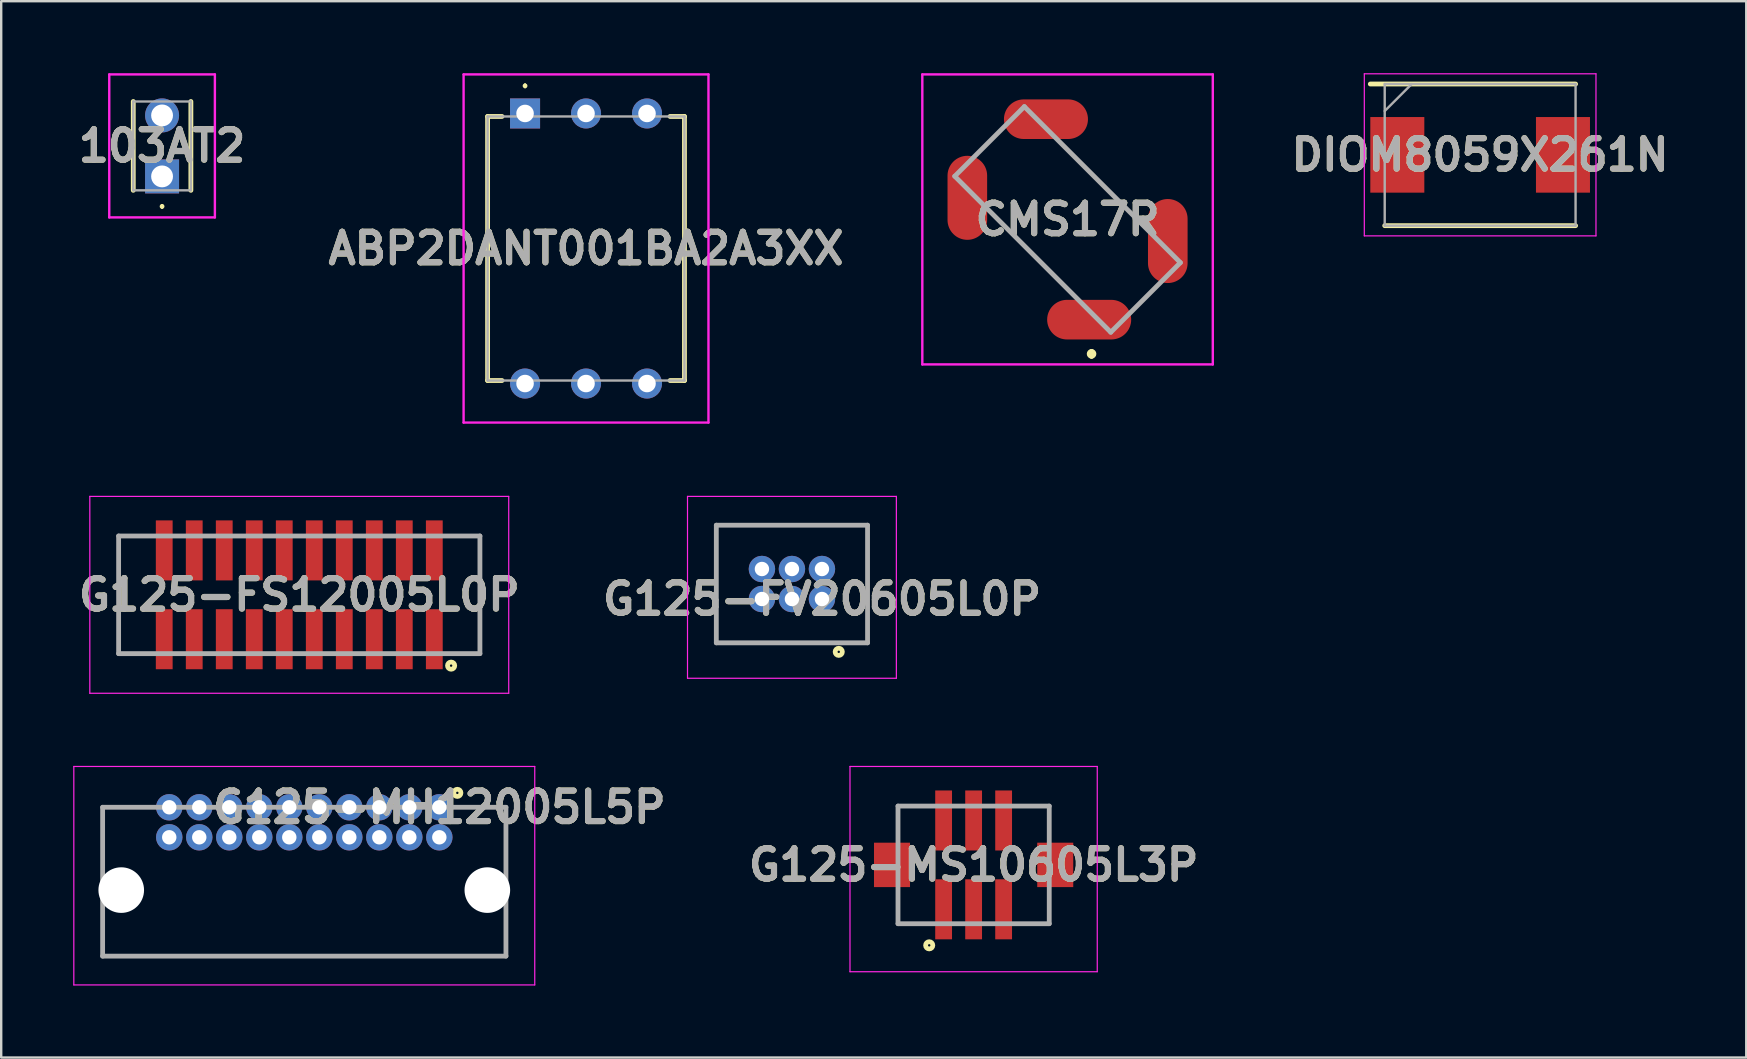
<source format=kicad_pcb>
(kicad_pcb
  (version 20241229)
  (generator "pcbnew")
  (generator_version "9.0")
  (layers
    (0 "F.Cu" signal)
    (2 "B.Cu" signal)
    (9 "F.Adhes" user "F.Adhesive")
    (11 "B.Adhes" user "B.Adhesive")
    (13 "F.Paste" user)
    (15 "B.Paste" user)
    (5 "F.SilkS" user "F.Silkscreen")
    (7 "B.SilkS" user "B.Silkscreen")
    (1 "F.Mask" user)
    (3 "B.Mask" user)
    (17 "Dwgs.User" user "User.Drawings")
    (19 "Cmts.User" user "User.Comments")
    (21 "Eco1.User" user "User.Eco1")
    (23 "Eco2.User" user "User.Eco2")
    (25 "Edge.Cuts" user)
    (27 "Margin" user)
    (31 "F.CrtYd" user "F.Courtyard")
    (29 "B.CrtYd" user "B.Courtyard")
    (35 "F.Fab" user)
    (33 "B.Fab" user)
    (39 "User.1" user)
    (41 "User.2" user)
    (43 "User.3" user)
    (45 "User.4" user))
  (footprint "ABP2DANT001BA2A3XX"
    (layer "F.Cu")
    (at 18.821 1.676)
    (property "Reference" "ABP2DANT001BA2A3XX" (at 2.54 5.625 0) (layer "F.SilkS") (effects (font (size 1.27 1.27) (thickness 0.254))))
    (attr through_hole)
    (fp_line (start -1.56 0.125) (end -1.56 11.125) (stroke (width 0.2) (type solid)) (layer "F.SilkS"))
    (fp_line (start -1.56 11.125) (end -0.96 11.125) (stroke (width 0.2) (type solid)) (layer "F.SilkS"))
    (fp_line (start -0.96 0.125) (end -1.56 0.125) (stroke (width 0.2) (type solid)) (layer "F.SilkS"))
    (fp_line (start 0 -1.2) (end 0 -1.2) (stroke (width 0.1) (type solid)) (layer "F.SilkS"))
    (fp_line (start 0 -1.1) (end 0 -1.1) (stroke (width 0.1) (type solid)) (layer "F.SilkS"))
    (fp_line (start 6.04 0.125) (end 6.64 0.125) (stroke (width 0.2) (type solid)) (layer "F.SilkS"))
    (fp_line (start 6.64 0.125) (end 6.64 11.125) (stroke (width 0.2) (type solid)) (layer "F.SilkS"))
    (fp_line (start 6.64 11.125) (end 6.04 11.125) (stroke (width 0.2) (type solid)) (layer "F.SilkS"))
    (fp_arc (start 0 -1.2) (mid 0.05 -1.15) (end 0 -1.1) (stroke (width 0.1) (type solid)) (layer "F.SilkS"))
    (fp_arc (start 0 -1.1) (mid -0.05 -1.15) (end 0 -1.2) (stroke (width 0.1) (type solid)) (layer "F.SilkS"))
    (fp_line (start -2.56 -1.626) (end 7.64 -1.626) (stroke (width 0.1) (type solid)) (layer "F.CrtYd"))
    (fp_line (start -2.56 12.876) (end -2.56 -1.626) (stroke (width 0.1) (type solid)) (layer "F.CrtYd"))
    (fp_line (start 7.64 -1.626) (end 7.64 12.876) (stroke (width 0.1) (type solid)) (layer "F.CrtYd"))
    (fp_line (start 7.64 12.876) (end -2.56 12.876) (stroke (width 0.1) (type solid)) (layer "F.CrtYd"))
    (fp_line (start -1.56 0.125) (end 6.64 0.125) (stroke (width 0.1) (type solid)) (layer "F.Fab"))
    (fp_line (start -1.56 11.125) (end -1.56 0.125) (stroke (width 0.1) (type solid)) (layer "F.Fab"))
    (fp_line (start 6.64 0.125) (end 6.64 11.125) (stroke (width 0.1) (type solid)) (layer "F.Fab"))
    (fp_line (start 6.64 11.125) (end -1.56 11.125) (stroke (width 0.1) (type solid)) (layer "F.Fab"))
    (fp_text user "${REFERENCE}" (at 2.54 5.625 0) (layer "F.Fab") (effects (font (size 1.27 1.27) (thickness 0.254))))
    (pad "1" thru_hole rect (at 0 0) (size 1.251 1.251) (drill 0.73) (layers "*.Cu" "*.Mask"))
    (pad "2" thru_hole circle (at 2.54 0) (size 1.251 1.251) (drill 0.73) (layers "*.Cu" "*.Mask"))
    (pad "3" thru_hole circle (at 5.08 0) (size 1.251 1.251) (drill 0.73) (layers "*.Cu" "*.Mask"))
    (pad "4" thru_hole circle (at 5.08 11.25) (size 1.251 1.251) (drill 0.73) (layers "*.Cu" "*.Mask"))
    (pad "5" thru_hole circle (at 2.54 11.25) (size 1.251 1.251) (drill 0.73) (layers "*.Cu" "*.Mask"))
    (pad "6" thru_hole circle (at 0 11.25) (size 1.251 1.251) (drill 0.73) (layers "*.Cu" "*.Mask")))
  (footprint "DIOM8059X261N"
    (layer "F.Cu")
    (at 58.605 3.4)
    (property "Reference" "DIOM8059X261N" (at 0 0 0) (layer "F.SilkS") (effects (font (size 1.27 1.27) (thickness 0.254))))
    (attr smd)
    (fp_line (start -3.975 2.95) (end 3.975 2.95) (stroke (width 0.2) (type solid)) (layer "F.SilkS"))
    (fp_line (start 3.975 -2.95) (end -4.575 -2.95) (stroke (width 0.2) (type solid)) (layer "F.SilkS"))
    (fp_line (start -4.825 -3.375) (end 4.825 -3.375) (stroke (width 0.05) (type solid)) (layer "F.CrtYd"))
    (fp_line (start -4.825 3.375) (end -4.825 -3.375) (stroke (width 0.05) (type solid)) (layer "F.CrtYd"))
    (fp_line (start 4.825 -3.375) (end 4.825 3.375) (stroke (width 0.05) (type solid)) (layer "F.CrtYd"))
    (fp_line (start 4.825 3.375) (end -4.825 3.375) (stroke (width 0.05) (type solid)) (layer "F.CrtYd"))
    (fp_line (start -3.975 -2.95) (end 3.975 -2.95) (stroke (width 0.1) (type solid)) (layer "F.Fab"))
    (fp_line (start -3.975 -1.825) (end -2.85 -2.95) (stroke (width 0.1) (type solid)) (layer "F.Fab"))
    (fp_line (start -3.975 2.95) (end -3.975 -2.95) (stroke (width 0.1) (type solid)) (layer "F.Fab"))
    (fp_line (start 3.975 -2.95) (end 3.975 2.95) (stroke (width 0.1) (type solid)) (layer "F.Fab"))
    (fp_line (start 3.975 2.95) (end -3.975 2.95) (stroke (width 0.1) (type solid)) (layer "F.Fab"))
    (fp_text user "${REFERENCE}" (at 0 0 0) (layer "F.Fab") (effects (font (size 1.27 1.27) (thickness 0.254))))
    (pad "1" smd rect (at -3.45 0) (size 2.25 3.15) (layers "F.Cu" "F.Mask" "F.Paste"))
    (pad "2" smd rect (at 3.45 0) (size 2.25 3.15) (layers "F.Cu" "F.Mask" "F.Paste")))
  (footprint "G125-MS10605L3P"
    (layer "F.Cu")
    (at 37.506 32.977)
    (property "Reference" "G125-MS10605L3P" (at 0 0 0) (layer "F.SilkS") (effects (font (size 1.27 1.27) (thickness 0.254))))
    (attr smd)
    (fp_line (start -3.15 2.45) (end -3.15 -2.45) (stroke (width 0.1) (type solid)) (layer "F.SilkS"))
    (fp_line (start 3.15 -2.45) (end 3.15 2.45) (stroke (width 0.1) (type solid)) (layer "F.SilkS"))
    (fp_circle (center -1.85 3.35) (end -1.85 3.4) (stroke (width 0.2) (type solid)) (fill no) (layer "F.SilkS"))
    (fp_line (start -5.15 -4.1) (end 5.15 -4.1) (stroke (width 0.05) (type solid)) (layer "F.CrtYd"))
    (fp_line (start -5.15 4.45) (end -5.15 -4.1) (stroke (width 0.05) (type solid)) (layer "F.CrtYd"))
    (fp_line (start 5.15 -4.1) (end 5.15 4.45) (stroke (width 0.05) (type solid)) (layer "F.CrtYd"))
    (fp_line (start 5.15 4.45) (end -5.15 4.45) (stroke (width 0.05) (type solid)) (layer "F.CrtYd"))
    (fp_line (start -3.15 -2.45) (end 3.15 -2.45) (stroke (width 0.2) (type solid)) (layer "F.Fab"))
    (fp_line (start -3.15 2.45) (end -3.15 -2.45) (stroke (width 0.2) (type solid)) (layer "F.Fab"))
    (fp_line (start 3.15 -2.45) (end 3.15 2.45) (stroke (width 0.2) (type solid)) (layer "F.Fab"))
    (fp_line (start 3.15 2.45) (end -3.15 2.45) (stroke (width 0.2) (type solid)) (layer "F.Fab"))
    (fp_text user "${REFERENCE}" (at 0 0 0) (layer "F.Fab") (effects (font (size 1.27 1.27) (thickness 0.254))))
    (pad "1" smd rect (at -1.25 1.85) (size 0.7 2.5) (layers "F.Cu" "F.Mask" "F.Paste"))
    (pad "2" smd rect (at 0 1.85) (size 0.7 2.5) (layers "F.Cu" "F.Mask" "F.Paste"))
    (pad "3" smd rect (at 1.25 1.85) (size 0.7 2.5) (layers "F.Cu" "F.Mask" "F.Paste"))
    (pad "4" smd rect (at -1.25 -1.85) (size 0.7 2.5) (layers "F.Cu" "F.Mask" "F.Paste"))
    (pad "5" smd rect (at 0 -1.85) (size 0.7 2.5) (layers "F.Cu" "F.Mask" "F.Paste"))
    (pad "6" smd rect (at 1.25 -1.85) (size 0.7 2.5) (layers "F.Cu" "F.Mask" "F.Paste"))
    (pad "7" smd rect (at -3.4 0) (size 1.5 1.85) (layers "F.Cu" "F.Mask" "F.Paste"))
    (pad "8" smd rect (at 3.4 0) (size 1.5 1.85) (layers "F.Cu" "F.Mask" "F.Paste")))
  (footprint "CMS17R"
    (layer "F.Cu")
    (at 41.419 6.09)
    (property "Reference" "CMS17R" (at 0 0 0) (layer "F.SilkS") (effects (font (size 1.27 1.27) (thickness 0.254))))
    (attr smd)
    (fp_line (start -2.9 0) (end 0 2.9) (stroke (width 0.1) (type solid)) (layer "F.SilkS"))
    (fp_line (start 0 -2.9) (end 2.9 0) (stroke (width 0.1) (type solid)) (layer "F.SilkS"))
    (fp_line (start 1 5.5) (end 1 5.5) (stroke (width 0.2) (type solid)) (layer "F.SilkS"))
    (fp_line (start 1 5.7) (end 1 5.7) (stroke (width 0.2) (type solid)) (layer "F.SilkS"))
    (fp_arc (start 1 5.5) (mid 1.1 5.6) (end 1 5.7) (stroke (width 0.2) (type solid)) (layer "F.SilkS"))
    (fp_arc (start 1 5.7) (mid 0.9 5.6) (end 1 5.5) (stroke (width 0.2) (type solid)) (layer "F.SilkS"))
    (fp_line (start -6.05 -6.04) (end 6.05 -6.04) (stroke (width 0.1) (type solid)) (layer "F.CrtYd"))
    (fp_line (start -6.05 6.04) (end -6.05 -6.04) (stroke (width 0.1) (type solid)) (layer "F.CrtYd"))
    (fp_line (start 6.05 -6.04) (end 6.05 6.04) (stroke (width 0.1) (type solid)) (layer "F.CrtYd"))
    (fp_line (start 6.05 6.04) (end -6.05 6.04) (stroke (width 0.1) (type solid)) (layer "F.CrtYd"))
    (fp_line (start -4.7 -1.8) (end -1.8 -4.7) (stroke (width 0.2) (type solid)) (layer "F.Fab"))
    (fp_line (start -1.8 -4.7) (end 4.7 1.8) (stroke (width 0.2) (type solid)) (layer "F.Fab"))
    (fp_line (start 1.8 4.7) (end -4.7 -1.8) (stroke (width 0.2) (type solid)) (layer "F.Fab"))
    (fp_line (start 4.7 1.8) (end 1.8 4.7) (stroke (width 0.2) (type solid)) (layer "F.Fab"))
    (fp_text user "${REFERENCE}" (at 0 0 0) (layer "F.Fab") (effects (font (size 1.27 1.27) (thickness 0.254))))
    (pad "1" smd oval (at 0.9 4.175 90) (size 1.65 3.5) (layers "F.Cu" "F.Mask" "F.Paste"))
    (pad "2" smd oval (at 4.175 0.9) (size 1.65 3.5) (layers "F.Cu" "F.Mask" "F.Paste"))
    (pad "3" smd oval (at -0.9 -4.175 90) (size 1.65 3.5) (layers "F.Cu" "F.Mask" "F.Paste"))
    (pad "4" smd oval (at -4.175 -0.9) (size 1.65 3.5) (layers "F.Cu" "F.Mask" "F.Paste")))
  (footprint "G125-FV20605L0P"
    (layer "F.Cu")
    (at 31.188 21.902)
    (property "Reference" "G125-FV20605L0P" (at 0 0 0) (layer "F.SilkS") (effects (font (size 1.27 1.27) (thickness 0.254))))
    (attr through_hole)
    (fp_line (start -4.4 -3.075) (end 1.9 -3.075) (stroke (width 0.1) (type solid)) (layer "F.SilkS"))
    (fp_line (start -4.4 1.825) (end -4.4 -3.075) (stroke (width 0.1) (type solid)) (layer "F.SilkS"))
    (fp_line (start 1.9 -3.075) (end 1.9 1.825) (stroke (width 0.1) (type solid)) (layer "F.SilkS"))
    (fp_line (start 1.9 1.825) (end -4.4 1.825) (stroke (width 0.1) (type solid)) (layer "F.SilkS"))
    (fp_circle (center 0.7 2.2) (end 0.7 2.25) (stroke (width 0.2) (type solid)) (fill no) (layer "F.SilkS"))
    (fp_line (start -5.6 -4.275) (end 3.1 -4.275) (stroke (width 0.05) (type solid)) (layer "F.CrtYd"))
    (fp_line (start -5.6 3.3) (end -5.6 -4.275) (stroke (width 0.05) (type solid)) (layer "F.CrtYd"))
    (fp_line (start 3.1 -4.275) (end 3.1 3.3) (stroke (width 0.05) (type solid)) (layer "F.CrtYd"))
    (fp_line (start 3.1 3.3) (end -5.6 3.3) (stroke (width 0.05) (type solid)) (layer "F.CrtYd"))
    (fp_line (start -4.4 -3.075) (end 1.9 -3.075) (stroke (width 0.2) (type solid)) (layer "F.Fab"))
    (fp_line (start -4.4 1.825) (end -4.4 -3.075) (stroke (width 0.2) (type solid)) (layer "F.Fab"))
    (fp_line (start 1.9 -3.075) (end 1.9 1.825) (stroke (width 0.2) (type solid)) (layer "F.Fab"))
    (fp_line (start 1.9 1.825) (end -4.4 1.825) (stroke (width 0.2) (type solid)) (layer "F.Fab"))
    (fp_text user "${REFERENCE}" (at 0 0 0) (layer "F.Fab") (effects (font (size 1.27 1.27) (thickness 0.254))))
    (pad "1" thru_hole circle (at 0 0) (size 1.1 1.1) (drill 0.6) (layers "*.Cu" "*.Mask"))
    (pad "2" thru_hole circle (at -1.25 0) (size 1.1 1.1) (drill 0.6) (layers "*.Cu" "*.Mask"))
    (pad "3" thru_hole circle (at -2.5 0) (size 1.1 1.1) (drill 0.6) (layers "*.Cu" "*.Mask"))
    (pad "4" thru_hole circle (at 0 -1.25) (size 1.1 1.1) (drill 0.6) (layers "*.Cu" "*.Mask"))
    (pad "5" thru_hole circle (at -1.25 -1.25) (size 1.1 1.1) (drill 0.6) (layers "*.Cu" "*.Mask"))
    (pad "6" thru_hole circle (at -2.5 -1.25) (size 1.1 1.1) (drill 0.6) (layers "*.Cu" "*.Mask")))
  (footprint "G125-MH12005L5P"
    (layer "F.Cu")
    (at 15.25 30.577)
    (property "Reference" "G125-MH12005L5P" (at 0 0 0) (layer "F.SilkS") (effects (font (size 1.27 1.27) (thickness 0.254))))
    (attr through_hole)
    (fp_line (start -14.025 6.2) (end -14.025 0) (stroke (width 0.1) (type solid)) (layer "F.SilkS"))
    (fp_line (start 2.775 0) (end 2.775 6.2) (stroke (width 0.1) (type solid)) (layer "F.SilkS"))
    (fp_line (start 2.775 6.2) (end -14.025 6.2) (stroke (width 0.1) (type solid)) (layer "F.SilkS"))
    (fp_circle (center 0.75 -0.6) (end 0.75 -0.55) (stroke (width 0.2) (type solid)) (fill no) (layer "F.SilkS"))
    (fp_line (start -15.225 -1.7) (end 3.975 -1.7) (stroke (width 0.05) (type solid)) (layer "F.CrtYd"))
    (fp_line (start -15.225 7.4) (end -15.225 -1.7) (stroke (width 0.05) (type solid)) (layer "F.CrtYd"))
    (fp_line (start 3.975 -1.7) (end 3.975 7.4) (stroke (width 0.05) (type solid)) (layer "F.CrtYd"))
    (fp_line (start 3.975 7.4) (end -15.225 7.4) (stroke (width 0.05) (type solid)) (layer "F.CrtYd"))
    (fp_line (start -14.025 0) (end 2.775 0) (stroke (width 0.2) (type solid)) (layer "F.Fab"))
    (fp_line (start -14.025 6.2) (end -14.025 0) (stroke (width 0.2) (type solid)) (layer "F.Fab"))
    (fp_line (start 2.775 0) (end 2.775 6.2) (stroke (width 0.2) (type solid)) (layer "F.Fab"))
    (fp_line (start 2.775 6.2) (end -14.025 6.2) (stroke (width 0.2) (type solid)) (layer "F.Fab"))
    (fp_text user "${REFERENCE}" (at 0 0 0) (layer "F.Fab") (effects (font (size 1.27 1.27) (thickness 0.254))))
    (pad "" np_thru_hole circle (at -13.25 3.45) (size 1.9 1.9) (drill 1.9) (layers "*.Cu" "*.Mask"))
    (pad "" np_thru_hole circle (at 2 3.45) (size 1.9 1.9) (drill 1.9) (layers "*.Cu" "*.Mask"))
    (pad "1" thru_hole circle (at 0 0) (size 1.1 1.1) (drill 0.6) (layers "*.Cu" "*.Mask"))
    (pad "2" thru_hole circle (at -1.25 0) (size 1.1 1.1) (drill 0.6) (layers "*.Cu" "*.Mask"))
    (pad "3" thru_hole circle (at -2.5 0) (size 1.1 1.1) (drill 0.6) (layers "*.Cu" "*.Mask"))
    (pad "4" thru_hole circle (at -3.75 0) (size 1.1 1.1) (drill 0.6) (layers "*.Cu" "*.Mask"))
    (pad "5" thru_hole circle (at -5 0) (size 1.1 1.1) (drill 0.6) (layers "*.Cu" "*.Mask"))
    (pad "6" thru_hole circle (at -6.25 0) (size 1.1 1.1) (drill 0.6) (layers "*.Cu" "*.Mask"))
    (pad "7" thru_hole circle (at -7.5 0) (size 1.1 1.1) (drill 0.6) (layers "*.Cu" "*.Mask"))
    (pad "8" thru_hole circle (at -8.75 0) (size 1.1 1.1) (drill 0.6) (layers "*.Cu" "*.Mask"))
    (pad "9" thru_hole circle (at -10 0) (size 1.1 1.1) (drill 0.6) (layers "*.Cu" "*.Mask"))
    (pad "10" thru_hole circle (at -11.25 0) (size 1.1 1.1) (drill 0.6) (layers "*.Cu" "*.Mask"))
    (pad "11" thru_hole circle (at 0 1.25) (size 1.1 1.1) (drill 0.6) (layers "*.Cu" "*.Mask"))
    (pad "12" thru_hole circle (at -1.25 1.25) (size 1.1 1.1) (drill 0.6) (layers "*.Cu" "*.Mask"))
    (pad "13" thru_hole circle (at -2.5 1.25) (size 1.1 1.1) (drill 0.6) (layers "*.Cu" "*.Mask"))
    (pad "14" thru_hole circle (at -3.75 1.25) (size 1.1 1.1) (drill 0.6) (layers "*.Cu" "*.Mask"))
    (pad "15" thru_hole circle (at -5 1.25) (size 1.1 1.1) (drill 0.6) (layers "*.Cu" "*.Mask"))
    (pad "16" thru_hole circle (at -6.25 1.25) (size 1.1 1.1) (drill 0.6) (layers "*.Cu" "*.Mask"))
    (pad "17" thru_hole circle (at -7.5 1.25) (size 1.1 1.1) (drill 0.6) (layers "*.Cu" "*.Mask"))
    (pad "18" thru_hole circle (at -8.75 1.25) (size 1.1 1.1) (drill 0.6) (layers "*.Cu" "*.Mask"))
    (pad "19" thru_hole circle (at -10 1.25) (size 1.1 1.1) (drill 0.6) (layers "*.Cu" "*.Mask"))
    (pad "20" thru_hole circle (at -11.25 1.25) (size 1.1 1.1) (drill 0.6) (layers "*.Cu" "*.Mask")))
  (footprint "103AT2"
    (layer "F.Cu")
    (at 3.701 4.298)
    (property "Reference" "103AT2" (at 0 -1.27 0) (layer "F.SilkS") (effects (font (size 1.27 1.27) (thickness 0.254))))
    (attr through_hole)
    (fp_line (start -1.2 -3.12) (end -1.2 0.58) (stroke (width 0.2) (type solid)) (layer "F.SilkS"))
    (fp_line (start 0 1.2) (end 0 1.2) (stroke (width 0.1) (type solid)) (layer "F.SilkS"))
    (fp_line (start 0 1.3) (end 0 1.3) (stroke (width 0.1) (type solid)) (layer "F.SilkS"))
    (fp_line (start 1.2 -3.12) (end 1.2 0.58) (stroke (width 0.2) (type solid)) (layer "F.SilkS"))
    (fp_arc (start 0 1.2) (mid 0.05 1.25) (end 0 1.3) (stroke (width 0.1) (type solid)) (layer "F.SilkS"))
    (fp_arc (start 0 1.3) (mid -0.05 1.25) (end 0 1.2) (stroke (width 0.1) (type solid)) (layer "F.SilkS"))
    (fp_line (start -2.2 -4.248) (end 2.2 -4.248) (stroke (width 0.1) (type solid)) (layer "F.CrtYd"))
    (fp_line (start -2.2 1.708) (end -2.2 -4.248) (stroke (width 0.1) (type solid)) (layer "F.CrtYd"))
    (fp_line (start 2.2 -4.248) (end 2.2 1.708) (stroke (width 0.1) (type solid)) (layer "F.CrtYd"))
    (fp_line (start 2.2 1.708) (end -2.2 1.708) (stroke (width 0.1) (type solid)) (layer "F.CrtYd"))
    (fp_line (start -1.2 -3.12) (end 1.2 -3.12) (stroke (width 0.1) (type solid)) (layer "F.Fab"))
    (fp_line (start -1.2 0.58) (end -1.2 -3.12) (stroke (width 0.1) (type solid)) (layer "F.Fab"))
    (fp_line (start 1.2 -3.12) (end 1.2 0.58) (stroke (width 0.1) (type solid)) (layer "F.Fab"))
    (fp_line (start 1.2 0.58) (end -1.2 0.58) (stroke (width 0.1) (type solid)) (layer "F.Fab"))
    (fp_text user "${REFERENCE}" (at 0 -1.27 0) (layer "F.Fab") (effects (font (size 1.27 1.27) (thickness 0.254))))
    (pad "1" thru_hole rect (at 0 0) (size 1.416 1.416) (drill 0.91) (layers "*.Cu" "*.Mask"))
    (pad "2" thru_hole circle (at 0 -2.54) (size 1.416 1.416) (drill 0.91) (layers "*.Cu" "*.Mask")))
  (footprint "G125-FS12005L0P"
    (layer "F.Cu")
    (at 9.416 21.727)
    (property "Reference" "G125-FS12005L0P" (at 0 0 0) (layer "F.SilkS") (effects (font (size 1.27 1.27) (thickness 0.254))))
    (attr smd)
    (fp_line (start -7.525 2.45) (end -7.525 -2.45) (stroke (width 0.1) (type solid)) (layer "F.SilkS"))
    (fp_line (start 7.525 -2.45) (end 7.525 2.45) (stroke (width 0.1) (type solid)) (layer "F.SilkS"))
    (fp_circle (center 6.325 2.95) (end 6.325 3) (stroke (width 0.2) (type solid)) (fill no) (layer "F.SilkS"))
    (fp_line (start -8.725 -4.1) (end 8.725 -4.1) (stroke (width 0.05) (type solid)) (layer "F.CrtYd"))
    (fp_line (start -8.725 4.1) (end -8.725 -4.1) (stroke (width 0.05) (type solid)) (layer "F.CrtYd"))
    (fp_line (start 8.725 -4.1) (end 8.725 4.1) (stroke (width 0.05) (type solid)) (layer "F.CrtYd"))
    (fp_line (start 8.725 4.1) (end -8.725 4.1) (stroke (width 0.05) (type solid)) (layer "F.CrtYd"))
    (fp_line (start -7.525 -2.45) (end 7.525 -2.45) (stroke (width 0.2) (type solid)) (layer "F.Fab"))
    (fp_line (start -7.525 2.45) (end -7.525 -2.45) (stroke (width 0.2) (type solid)) (layer "F.Fab"))
    (fp_line (start 7.525 -2.45) (end 7.525 2.45) (stroke (width 0.2) (type solid)) (layer "F.Fab"))
    (fp_line (start 7.525 2.45) (end -7.525 2.45) (stroke (width 0.2) (type solid)) (layer "F.Fab"))
    (fp_text user "${REFERENCE}" (at 0 0 0) (layer "F.Fab") (effects (font (size 1.27 1.27) (thickness 0.254))))
    (pad "1" smd rect (at 5.625 1.85) (size 0.7 2.5) (layers "F.Cu" "F.Mask" "F.Paste"))
    (pad "2" smd rect (at 4.375 1.85) (size 0.7 2.5) (layers "F.Cu" "F.Mask" "F.Paste"))
    (pad "3" smd rect (at 3.125 1.85) (size 0.7 2.5) (layers "F.Cu" "F.Mask" "F.Paste"))
    (pad "4" smd rect (at 1.875 1.85) (size 0.7 2.5) (layers "F.Cu" "F.Mask" "F.Paste"))
    (pad "5" smd rect (at 0.625 1.85) (size 0.7 2.5) (layers "F.Cu" "F.Mask" "F.Paste"))
    (pad "6" smd rect (at -0.625 1.85) (size 0.7 2.5) (layers "F.Cu" "F.Mask" "F.Paste"))
    (pad "7" smd rect (at -1.875 1.85) (size 0.7 2.5) (layers "F.Cu" "F.Mask" "F.Paste"))
    (pad "8" smd rect (at -3.125 1.85) (size 0.7 2.5) (layers "F.Cu" "F.Mask" "F.Paste"))
    (pad "9" smd rect (at -4.375 1.85) (size 0.7 2.5) (layers "F.Cu" "F.Mask" "F.Paste"))
    (pad "10" smd rect (at -5.625 1.85) (size 0.7 2.5) (layers "F.Cu" "F.Mask" "F.Paste"))
    (pad "11" smd rect (at 5.625 -1.85) (size 0.7 2.5) (layers "F.Cu" "F.Mask" "F.Paste"))
    (pad "12" smd rect (at 4.375 -1.85) (size 0.7 2.5) (layers "F.Cu" "F.Mask" "F.Paste"))
    (pad "13" smd rect (at 3.125 -1.85) (size 0.7 2.5) (layers "F.Cu" "F.Mask" "F.Paste"))
    (pad "14" smd rect (at 1.875 -1.85) (size 0.7 2.5) (layers "F.Cu" "F.Mask" "F.Paste"))
    (pad "15" smd rect (at 0.625 -1.85) (size 0.7 2.5) (layers "F.Cu" "F.Mask" "F.Paste"))
    (pad "16" smd rect (at -0.625 -1.85) (size 0.7 2.5) (layers "F.Cu" "F.Mask" "F.Paste"))
    (pad "17" smd rect (at -1.875 -1.85) (size 0.7 2.5) (layers "F.Cu" "F.Mask" "F.Paste"))
    (pad "18" smd rect (at -3.125 -1.85) (size 0.7 2.5) (layers "F.Cu" "F.Mask" "F.Paste"))
    (pad "19" smd rect (at -4.375 -1.85) (size 0.7 2.5) (layers "F.Cu" "F.Mask" "F.Paste"))
    (pad "20" smd rect (at -5.625 -1.85) (size 0.7 2.5) (layers "F.Cu" "F.Mask" "F.Paste")))
  (gr_rect
    (start -3 -3)
    (end 69.69 41.002)
    (stroke (width 0.1) (type default))
    (fill no)
    (layer "Edge.Cuts")))
</source>
